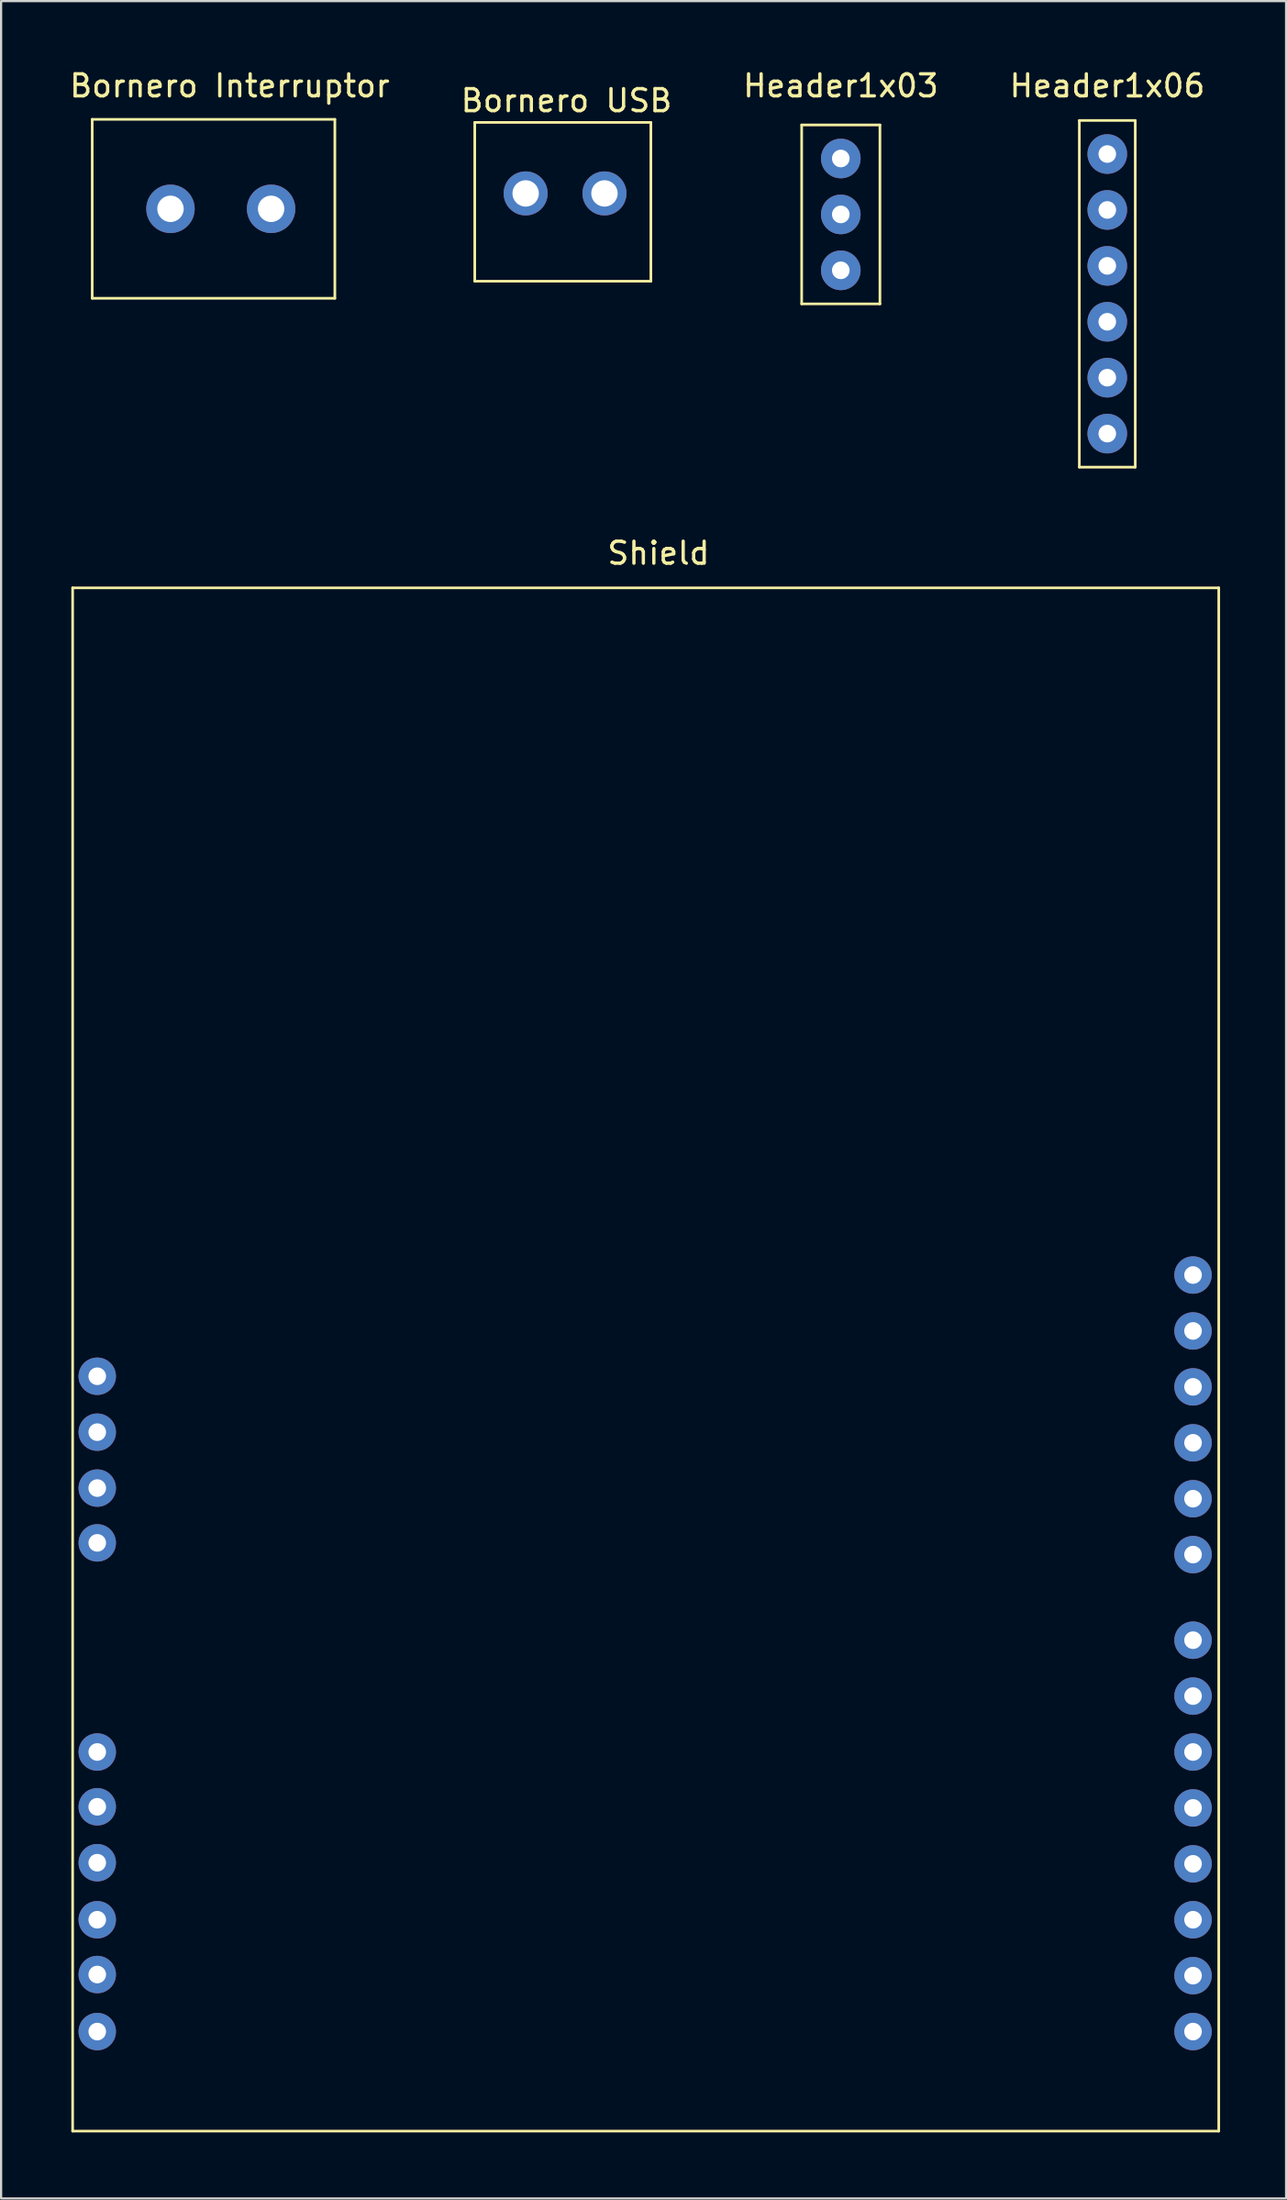
<source format=kicad_pcb>
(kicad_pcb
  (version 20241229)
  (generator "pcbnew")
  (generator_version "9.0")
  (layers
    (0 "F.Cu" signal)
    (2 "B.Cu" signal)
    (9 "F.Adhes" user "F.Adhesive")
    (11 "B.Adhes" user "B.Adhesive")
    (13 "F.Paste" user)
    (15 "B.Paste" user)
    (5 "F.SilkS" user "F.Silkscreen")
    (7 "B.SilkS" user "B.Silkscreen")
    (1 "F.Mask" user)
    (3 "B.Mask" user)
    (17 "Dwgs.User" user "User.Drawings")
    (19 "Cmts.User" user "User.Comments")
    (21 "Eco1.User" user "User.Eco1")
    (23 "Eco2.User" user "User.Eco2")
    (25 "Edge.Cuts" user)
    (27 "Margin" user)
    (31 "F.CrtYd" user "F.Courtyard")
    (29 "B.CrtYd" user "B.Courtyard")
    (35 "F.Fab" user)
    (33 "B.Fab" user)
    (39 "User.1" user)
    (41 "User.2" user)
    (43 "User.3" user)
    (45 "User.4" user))
  (footprint "Header1x06"
    (layer "F.Cu")
    (at 47.256 1.407)
    (property "Reference" "Header1x06" (at 0 -0.559 0) (layer "F.SilkS") (effects (font (size 1 1) (thickness 0.15))))
    (attr through_hole)
    (fp_line (start -1.27 1.016) (end 1.27 1.016) (stroke (width 0.12) (type solid)) (layer "F.SilkS"))
    (fp_line (start -1.27 16.764) (end -1.27 1.016) (stroke (width 0.12) (type solid)) (layer "F.SilkS"))
    (fp_line (start 1.27 1.016) (end 1.27 16.764) (stroke (width 0.12) (type solid)) (layer "F.SilkS"))
    (fp_line (start 1.27 16.764) (end -1.27 16.764) (stroke (width 0.12) (type solid)) (layer "F.SilkS"))
    (pad "1" thru_hole oval (at 0 2.54) (size 1.8 1.8) (drill 0.8) (layers "*.Cu" "*.Mask"))
    (pad "2" thru_hole oval (at 0 5.08) (size 1.8 1.8) (drill 0.8) (layers "*.Cu" "*.Mask"))
    (pad "3" thru_hole oval (at 0 7.62) (size 1.8 1.8) (drill 0.8) (layers "*.Cu" "*.Mask"))
    (pad "4" thru_hole oval (at 0 10.16) (size 1.8 1.8) (drill 0.8) (layers "*.Cu" "*.Mask"))
    (pad "5" thru_hole oval (at 0 12.7) (size 1.8 1.8) (drill 0.8) (layers "*.Cu" "*.Mask"))
    (pad "6" thru_hole oval (at 0 15.24) (size 1.8 1.8) (drill 0.8) (layers "*.Cu" "*.Mask")))
  (footprint "Bornero Interruptor"
    (layer "F.Cu")
    (at 7.235 2.88)
    (property "Reference" "Bornero Interruptor" (at 0.152 -2.032 0) (layer "F.SilkS") (effects (font (size 1 1) (thickness 0.15))))
    (attr through_hole)
    (fp_line (start -6.096 -0.508) (end 4.928 -0.508) (stroke (width 0.12) (type solid)) (layer "F.SilkS"))
    (fp_line (start -6.096 7.62) (end -6.096 -0.508) (stroke (width 0.12) (type solid)) (layer "F.SilkS"))
    (fp_line (start 4.928 -0.508) (end 4.928 7.62) (stroke (width 0.12) (type solid)) (layer "F.SilkS"))
    (fp_line (start 4.928 7.62) (end -6.096 7.62) (stroke (width 0.12) (type solid)) (layer "F.SilkS"))
    (pad "1" thru_hole circle (at -2.54 3.556) (size 2.2 2.2) (drill 1.2) (layers "*.Cu" "*.Mask"))
    (pad "2" thru_hole circle (at 2.032 3.556) (size 2.2 2.2) (drill 1.2) (layers "*.Cu" "*.Mask")))
  (footprint "Header1x03"
    (layer "F.Cu")
    (at 35.149 1.61)
    (property "Reference" "Header1x03" (at 0 -0.762 0) (layer "F.SilkS") (effects (font (size 1 1) (thickness 0.15))))
    (attr through_hole)
    (fp_line (start -1.778 1.016) (end 1.778 1.016) (stroke (width 0.12) (type solid)) (layer "F.SilkS"))
    (fp_line (start -1.778 9.144) (end -1.778 1.016) (stroke (width 0.12) (type solid)) (layer "F.SilkS"))
    (fp_line (start 1.778 1.016) (end 1.778 9.144) (stroke (width 0.12) (type solid)) (layer "F.SilkS"))
    (fp_line (start 1.778 9.144) (end -1.778 9.144) (stroke (width 0.12) (type solid)) (layer "F.SilkS"))
    (pad "1" thru_hole oval (at 0 2.54) (size 1.8 1.8) (drill 0.8) (layers "*.Cu" "*.Mask"))
    (pad "2" thru_hole oval (at 0 5.08) (size 1.8 1.8) (drill 0.8) (layers "*.Cu" "*.Mask"))
    (pad "3" thru_hole oval (at 0 7.62) (size 1.8 1.8) (drill 0.8) (layers "*.Cu" "*.Mask")))
  (footprint "Shield"
    (layer "F.Cu")
    (at 0.25 23.654)
    (property "Reference" "Shield" (at 26.619 -1.575 0) (layer "F.SilkS") (effects (font (size 1 1) (thickness 0.15))))
    (attr through_hole)
    (fp_line (start 0 0) (end 52.07 0) (stroke (width 0.12) (type solid)) (layer "F.SilkS"))
    (fp_line (start 0 70.104) (end 0 0) (stroke (width 0.12) (type solid)) (layer "F.SilkS"))
    (fp_line (start 52.07 0) (end 52.07 70.104) (stroke (width 0.12) (type solid)) (layer "F.SilkS"))
    (fp_line (start 52.07 70.104) (end 0 70.104) (stroke (width 0.12) (type solid)) (layer "F.SilkS"))
    (pad "1" thru_hole circle (at 1.118 65.583) (size 1.7 1.7) (drill 0.8) (layers "*.Cu" "*.Mask"))
    (pad "2" thru_hole circle (at 1.118 62.992) (size 1.7 1.7) (drill 0.8) (layers "*.Cu" "*.Mask"))
    (pad "3" thru_hole circle (at 1.118 60.503) (size 1.7 1.7) (drill 0.8) (layers "*.Cu" "*.Mask"))
    (pad "4" thru_hole circle (at 1.118 57.912) (size 1.7 1.7) (drill 0.8) (layers "*.Cu" "*.Mask"))
    (pad "5" thru_hole circle (at 1.118 55.372) (size 1.7 1.7) (drill 0.8) (layers "*.Cu" "*.Mask"))
    (pad "6" thru_hole circle (at 1.118 52.883) (size 1.7 1.7) (drill 0.8) (layers "*.Cu" "*.Mask"))
    (pad "7" thru_hole circle (at 1.118 43.383) (size 1.7 1.7) (drill 0.8) (layers "*.Cu" "*.Mask"))
    (pad "8" thru_hole circle (at 1.118 40.894) (size 1.7 1.7) (drill 0.8) (layers "*.Cu" "*.Mask"))
    (pad "9" thru_hole circle (at 1.118 38.354) (size 1.7 1.7) (drill 0.8) (layers "*.Cu" "*.Mask"))
    (pad "10" thru_hole circle (at 1.118 35.814) (size 1.7 1.7) (drill 0.8) (layers "*.Cu" "*.Mask"))
    (pad "11" thru_hole circle (at 50.902 65.583) (size 1.7 1.7) (drill 0.8) (layers "*.Cu" "*.Mask"))
    (pad "12" thru_hole circle (at 50.902 63.043) (size 1.7 1.7) (drill 0.8) (layers "*.Cu" "*.Mask"))
    (pad "13" thru_hole circle (at 50.902 60.503) (size 1.7 1.7) (drill 0.8) (layers "*.Cu" "*.Mask"))
    (pad "14" thru_hole circle (at 50.902 57.963) (size 1.7 1.7) (drill 0.8) (layers "*.Cu" "*.Mask"))
    (pad "15" thru_hole circle (at 50.902 55.423) (size 1.7 1.7) (drill 0.8) (layers "*.Cu" "*.Mask"))
    (pad "16" thru_hole circle (at 50.902 52.883) (size 1.7 1.7) (drill 0.8) (layers "*.Cu" "*.Mask"))
    (pad "17" thru_hole circle (at 50.902 50.343) (size 1.7 1.7) (drill 0.8) (layers "*.Cu" "*.Mask"))
    (pad "18" thru_hole circle (at 50.902 47.803) (size 1.7 1.7) (drill 0.8) (layers "*.Cu" "*.Mask"))
    (pad "19" thru_hole circle (at 50.902 43.916) (size 1.7 1.7) (drill 0.8) (layers "*.Cu" "*.Mask"))
    (pad "20" thru_hole circle (at 50.902 41.377) (size 1.7 1.7) (drill 0.8) (layers "*.Cu" "*.Mask"))
    (pad "21" thru_hole circle (at 50.902 38.837) (size 1.7 1.7) (drill 0.8) (layers "*.Cu" "*.Mask"))
    (pad "22" thru_hole circle (at 50.902 36.297) (size 1.7 1.7) (drill 0.8) (layers "*.Cu" "*.Mask"))
    (pad "23" thru_hole circle (at 50.902 33.756) (size 1.7 1.7) (drill 0.8) (layers "*.Cu" "*.Mask"))
    (pad "24" thru_hole circle (at 50.902 31.216) (size 1.7 1.7) (drill 0.8) (layers "*.Cu" "*.Mask")))
  (footprint "Bornero USB"
    (layer "F.Cu")
    (at 22.634 0.25)
    (property "Reference" "Bornero USB" (at 0.051 1.27 0) (layer "F.SilkS") (effects (font (size 1 1) (thickness 0.15))))
    (attr through_hole)
    (fp_line (start -4.115 2.261) (end 3.886 2.261) (stroke (width 0.12) (type solid)) (layer "F.SilkS"))
    (fp_line (start -4.115 9.474) (end -4.115 2.261) (stroke (width 0.12) (type solid)) (layer "F.SilkS"))
    (fp_line (start 3.886 2.261) (end 3.886 9.474) (stroke (width 0.12) (type solid)) (layer "F.SilkS"))
    (fp_line (start 3.886 9.474) (end -4.115 9.474) (stroke (width 0.12) (type solid)) (layer "F.SilkS"))
    (pad "1" thru_hole circle (at -1.803 5.486) (size 2 2) (drill 1.2) (layers "*.Cu" "*.Mask"))
    (pad "2" thru_hole circle (at 1.778 5.486) (size 2 2) (drill 1.2) (layers "*.Cu" "*.Mask")))
  (gr_rect
    (start -3 -3)
    (end 55.38 96.818)
    (stroke (width 0.1) (type default))
    (fill no)
    (layer "Edge.Cuts")))
</source>
